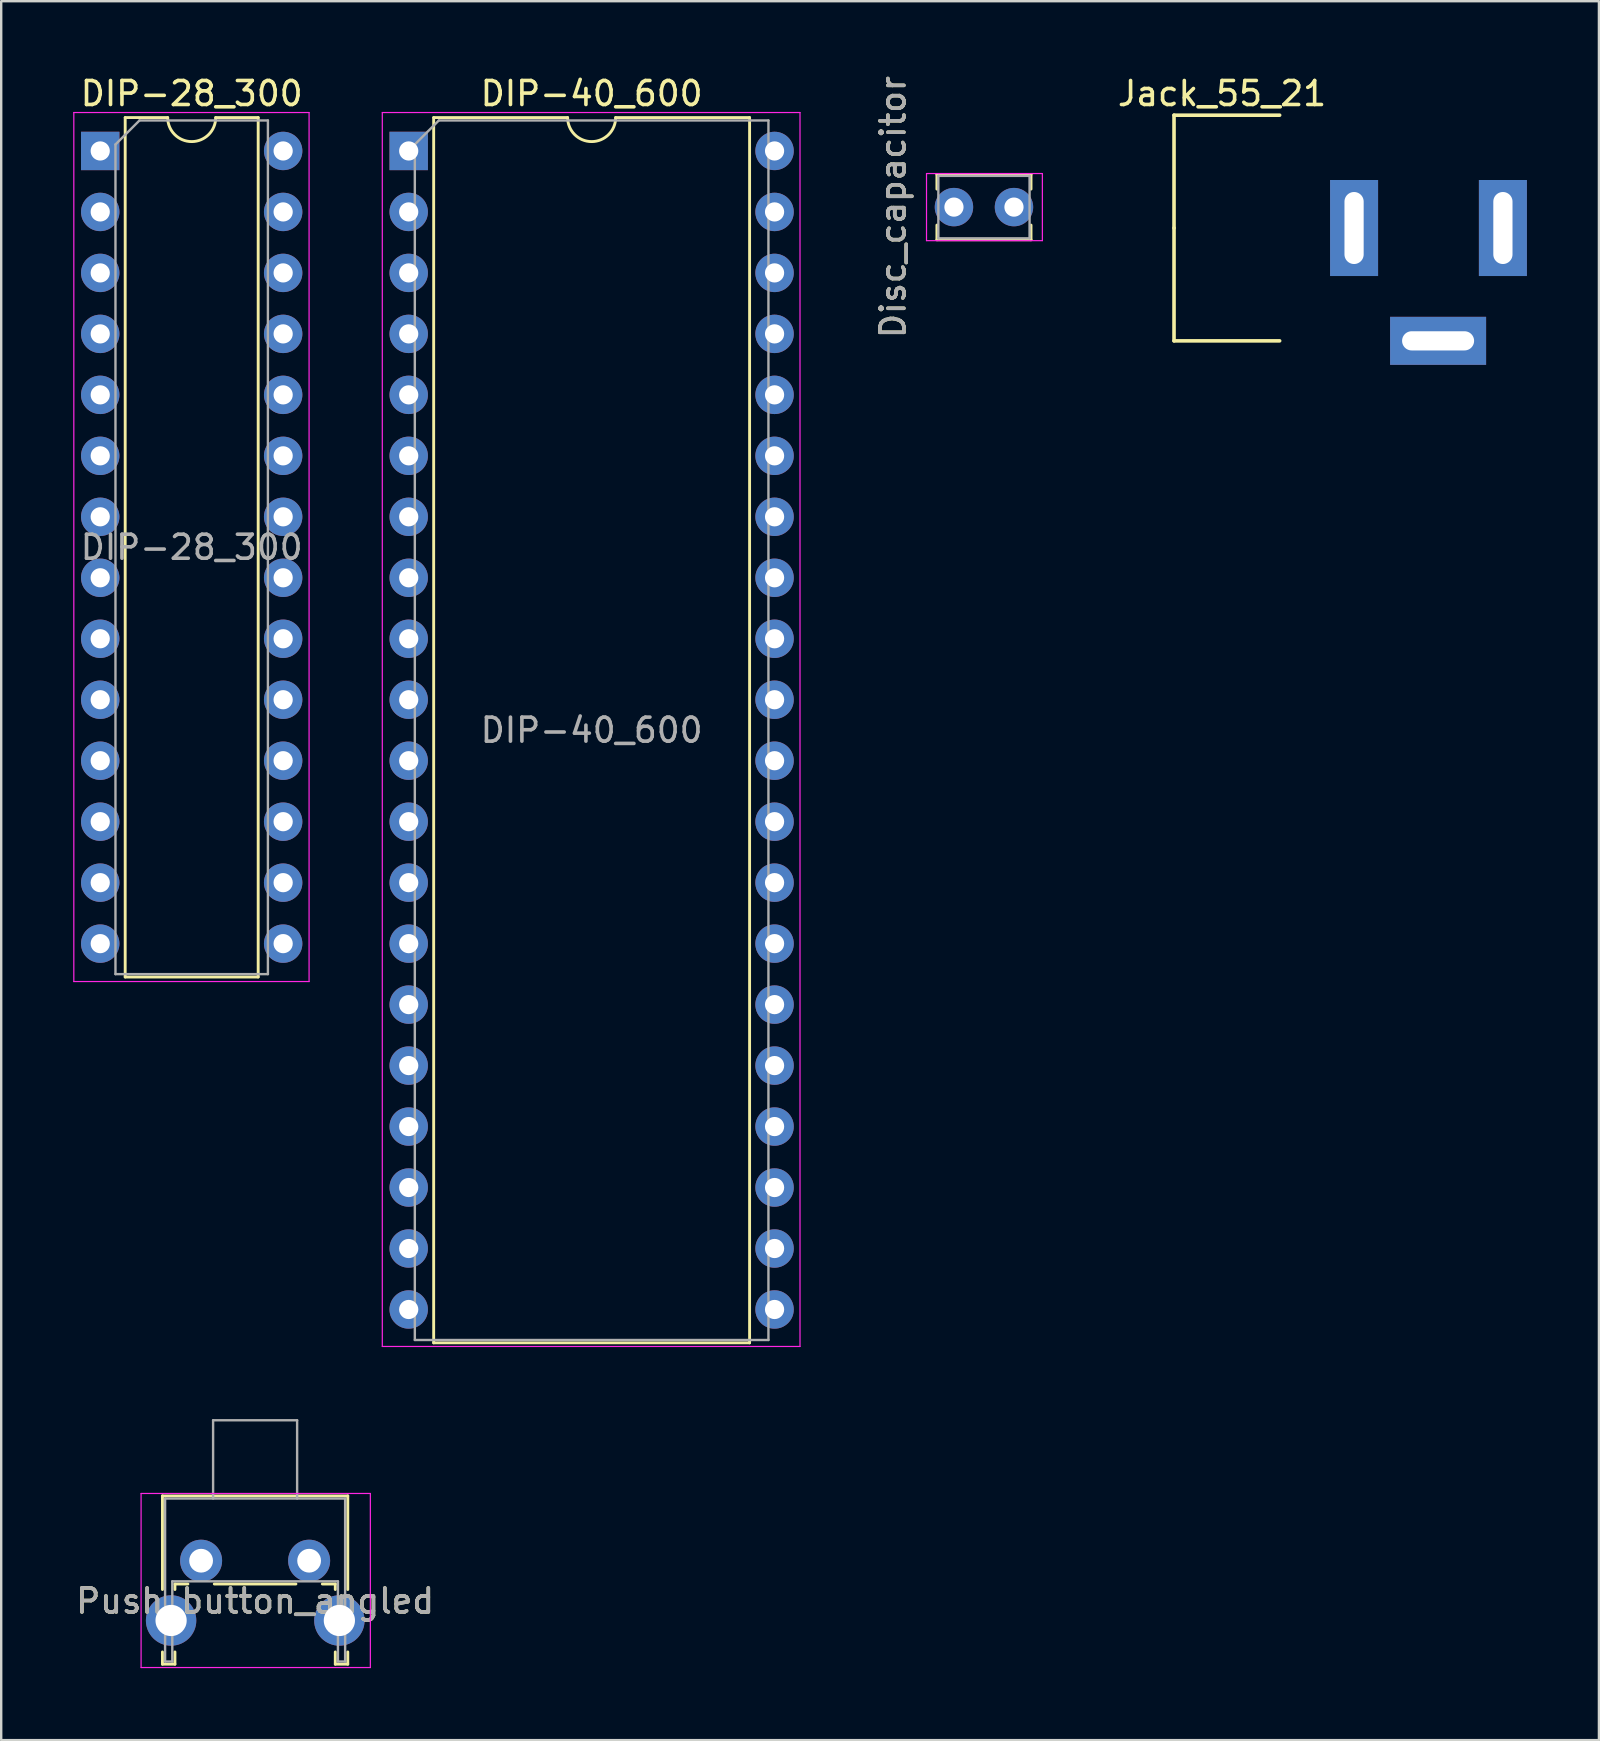
<source format=kicad_pcb>
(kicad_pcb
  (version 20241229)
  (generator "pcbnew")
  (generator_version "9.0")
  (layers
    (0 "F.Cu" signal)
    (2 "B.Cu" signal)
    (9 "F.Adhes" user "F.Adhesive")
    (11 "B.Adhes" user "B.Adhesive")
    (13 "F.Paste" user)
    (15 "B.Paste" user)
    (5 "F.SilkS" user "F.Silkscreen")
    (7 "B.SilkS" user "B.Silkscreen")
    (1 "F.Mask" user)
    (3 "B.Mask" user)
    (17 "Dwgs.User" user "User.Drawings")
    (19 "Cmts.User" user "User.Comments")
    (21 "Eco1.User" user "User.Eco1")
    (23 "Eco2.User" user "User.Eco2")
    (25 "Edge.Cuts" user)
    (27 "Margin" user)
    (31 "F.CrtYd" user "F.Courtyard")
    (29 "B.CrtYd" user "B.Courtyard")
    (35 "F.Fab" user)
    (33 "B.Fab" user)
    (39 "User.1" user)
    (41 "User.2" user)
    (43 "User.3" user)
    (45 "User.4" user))
  (footprint "DIP-40_600"
    (layer "F.Cu")
    (at 13.975 3.238)
    (property "Reference" "DIP-40_600" (at 7.62 -2.39 0) (layer "F.SilkS") (effects (font (size 1 1) (thickness 0.15))))
    (attr through_hole)
    (fp_line (start 1.04 -1.39) (end 1.04 49.65) (stroke (width 0.12) (type solid)) (layer "F.SilkS"))
    (fp_line (start 1.04 49.65) (end 14.2 49.65) (stroke (width 0.12) (type solid)) (layer "F.SilkS"))
    (fp_line (start 6.62 -1.39) (end 1.04 -1.39) (stroke (width 0.12) (type solid)) (layer "F.SilkS"))
    (fp_line (start 14.2 -1.39) (end 8.62 -1.39) (stroke (width 0.12) (type solid)) (layer "F.SilkS"))
    (fp_line (start 14.2 49.65) (end 14.2 -1.39) (stroke (width 0.12) (type solid)) (layer "F.SilkS"))
    (fp_arc (start 8.62 -1.39) (mid 7.62 -0.39) (end 6.62 -1.39) (stroke (width 0.12) (type solid)) (layer "F.SilkS"))
    (fp_line (start -1.1 -1.6) (end -1.1 49.8) (stroke (width 0.05) (type solid)) (layer "F.CrtYd"))
    (fp_line (start -1.1 49.8) (end 16.3 49.8) (stroke (width 0.05) (type solid)) (layer "F.CrtYd"))
    (fp_line (start 16.3 -1.6) (end -1.1 -1.6) (stroke (width 0.05) (type solid)) (layer "F.CrtYd"))
    (fp_line (start 16.3 49.8) (end 16.3 -1.6) (stroke (width 0.05) (type solid)) (layer "F.CrtYd"))
    (fp_line (start 0.255 -0.27) (end 1.255 -1.27) (stroke (width 0.1) (type solid)) (layer "F.Fab"))
    (fp_line (start 0.255 49.53) (end 0.255 -0.27) (stroke (width 0.1) (type solid)) (layer "F.Fab"))
    (fp_line (start 1.255 -1.27) (end 14.985 -1.27) (stroke (width 0.1) (type solid)) (layer "F.Fab"))
    (fp_line (start 14.985 -1.27) (end 14.985 49.53) (stroke (width 0.1) (type solid)) (layer "F.Fab"))
    (fp_line (start 14.985 49.53) (end 0.255 49.53) (stroke (width 0.1) (type solid)) (layer "F.Fab"))
    (fp_text user "${REFERENCE}" (at 7.62 24.13 0) (layer "F.Fab") (effects (font (size 1 1) (thickness 0.15))))
    (pad "1" thru_hole rect (at 0 0) (size 1.6 1.6) (drill 0.8) (layers "*.Cu" "*.Mask"))
    (pad "2" thru_hole oval (at 0 2.54) (size 1.6 1.6) (drill 0.8) (layers "*.Cu" "*.Mask"))
    (pad "3" thru_hole oval (at 0 5.08) (size 1.6 1.6) (drill 0.8) (layers "*.Cu" "*.Mask"))
    (pad "4" thru_hole oval (at 0 7.62) (size 1.6 1.6) (drill 0.8) (layers "*.Cu" "*.Mask"))
    (pad "5" thru_hole oval (at 0 10.16) (size 1.6 1.6) (drill 0.8) (layers "*.Cu" "*.Mask"))
    (pad "6" thru_hole oval (at 0 12.7) (size 1.6 1.6) (drill 0.8) (layers "*.Cu" "*.Mask"))
    (pad "7" thru_hole oval (at 0 15.24) (size 1.6 1.6) (drill 0.8) (layers "*.Cu" "*.Mask"))
    (pad "8" thru_hole oval (at 0 17.78) (size 1.6 1.6) (drill 0.8) (layers "*.Cu" "*.Mask"))
    (pad "9" thru_hole oval (at 0 20.32) (size 1.6 1.6) (drill 0.8) (layers "*.Cu" "*.Mask"))
    (pad "10" thru_hole oval (at 0 22.86) (size 1.6 1.6) (drill 0.8) (layers "*.Cu" "*.Mask"))
    (pad "11" thru_hole oval (at 0 25.4) (size 1.6 1.6) (drill 0.8) (layers "*.Cu" "*.Mask"))
    (pad "12" thru_hole oval (at 0 27.94) (size 1.6 1.6) (drill 0.8) (layers "*.Cu" "*.Mask"))
    (pad "13" thru_hole oval (at 0 30.48) (size 1.6 1.6) (drill 0.8) (layers "*.Cu" "*.Mask"))
    (pad "14" thru_hole oval (at 0 33.02) (size 1.6 1.6) (drill 0.8) (layers "*.Cu" "*.Mask"))
    (pad "15" thru_hole oval (at 0 35.56) (size 1.6 1.6) (drill 0.8) (layers "*.Cu" "*.Mask"))
    (pad "16" thru_hole oval (at 0 38.1) (size 1.6 1.6) (drill 0.8) (layers "*.Cu" "*.Mask"))
    (pad "17" thru_hole oval (at 0 40.64) (size 1.6 1.6) (drill 0.8) (layers "*.Cu" "*.Mask"))
    (pad "18" thru_hole oval (at 0 43.18) (size 1.6 1.6) (drill 0.8) (layers "*.Cu" "*.Mask"))
    (pad "19" thru_hole oval (at 0 45.72) (size 1.6 1.6) (drill 0.8) (layers "*.Cu" "*.Mask"))
    (pad "20" thru_hole oval (at 0 48.26) (size 1.6 1.6) (drill 0.8) (layers "*.Cu" "*.Mask"))
    (pad "21" thru_hole oval (at 15.24 48.26) (size 1.6 1.6) (drill 0.8) (layers "*.Cu" "*.Mask"))
    (pad "22" thru_hole oval (at 15.24 45.72) (size 1.6 1.6) (drill 0.8) (layers "*.Cu" "*.Mask"))
    (pad "23" thru_hole oval (at 15.24 43.18) (size 1.6 1.6) (drill 0.8) (layers "*.Cu" "*.Mask"))
    (pad "24" thru_hole oval (at 15.24 40.64) (size 1.6 1.6) (drill 0.8) (layers "*.Cu" "*.Mask"))
    (pad "25" thru_hole oval (at 15.24 38.1) (size 1.6 1.6) (drill 0.8) (layers "*.Cu" "*.Mask"))
    (pad "26" thru_hole oval (at 15.24 35.56) (size 1.6 1.6) (drill 0.8) (layers "*.Cu" "*.Mask"))
    (pad "27" thru_hole oval (at 15.24 33.02) (size 1.6 1.6) (drill 0.8) (layers "*.Cu" "*.Mask"))
    (pad "28" thru_hole oval (at 15.24 30.48) (size 1.6 1.6) (drill 0.8) (layers "*.Cu" "*.Mask"))
    (pad "29" thru_hole oval (at 15.24 27.94) (size 1.6 1.6) (drill 0.8) (layers "*.Cu" "*.Mask"))
    (pad "30" thru_hole oval (at 15.24 25.4) (size 1.6 1.6) (drill 0.8) (layers "*.Cu" "*.Mask"))
    (pad "31" thru_hole oval (at 15.24 22.86) (size 1.6 1.6) (drill 0.8) (layers "*.Cu" "*.Mask"))
    (pad "32" thru_hole oval (at 15.24 20.32) (size 1.6 1.6) (drill 0.8) (layers "*.Cu" "*.Mask"))
    (pad "33" thru_hole oval (at 15.24 17.78) (size 1.6 1.6) (drill 0.8) (layers "*.Cu" "*.Mask"))
    (pad "34" thru_hole oval (at 15.24 15.24) (size 1.6 1.6) (drill 0.8) (layers "*.Cu" "*.Mask"))
    (pad "35" thru_hole oval (at 15.24 12.7) (size 1.6 1.6) (drill 0.8) (layers "*.Cu" "*.Mask"))
    (pad "36" thru_hole oval (at 15.24 10.16) (size 1.6 1.6) (drill 0.8) (layers "*.Cu" "*.Mask"))
    (pad "37" thru_hole oval (at 15.24 7.62) (size 1.6 1.6) (drill 0.8) (layers "*.Cu" "*.Mask"))
    (pad "38" thru_hole oval (at 15.24 5.08) (size 1.6 1.6) (drill 0.8) (layers "*.Cu" "*.Mask"))
    (pad "39" thru_hole oval (at 15.24 2.54) (size 1.6 1.6) (drill 0.8) (layers "*.Cu" "*.Mask"))
    (pad "40" thru_hole oval (at 15.24 0) (size 1.6 1.6) (drill 0.8) (layers "*.Cu" "*.Mask")))
  (footprint "Disc_capacitor"
    (layer "F.Cu")
    (at 36.688 5.577)
    (property "Reference" "Disc_capacitor" (at -2.54 0 90) (layer "F.SilkS") (effects (font (size 1 1) (thickness 0.15))))
    (attr through_hole)
    (fp_line (start -0.71 -1.36) (end -0.71 -0.75) (stroke (width 0.12) (type solid)) (layer "F.SilkS"))
    (fp_line (start -0.71 -1.36) (end 3.21 -1.36) (stroke (width 0.12) (type solid)) (layer "F.SilkS"))
    (fp_line (start -0.71 0.75) (end -0.71 1.36) (stroke (width 0.12) (type solid)) (layer "F.SilkS"))
    (fp_line (start -0.71 1.36) (end 3.21 1.36) (stroke (width 0.12) (type solid)) (layer "F.SilkS"))
    (fp_line (start 3.21 -1.36) (end 3.21 -0.75) (stroke (width 0.12) (type solid)) (layer "F.SilkS"))
    (fp_line (start 3.21 0.75) (end 3.21 1.36) (stroke (width 0.12) (type solid)) (layer "F.SilkS"))
    (fp_line (start -1.143 -1.397) (end 3.683 -1.397) (stroke (width 0.05) (type solid)) (layer "F.CrtYd"))
    (fp_line (start -1.143 1.397) (end -1.143 -1.397) (stroke (width 0.05) (type solid)) (layer "F.CrtYd"))
    (fp_line (start 3.683 -1.397) (end 3.683 1.397) (stroke (width 0.05) (type solid)) (layer "F.CrtYd"))
    (fp_line (start 3.683 1.397) (end -1.143 1.397) (stroke (width 0.05) (type solid)) (layer "F.CrtYd"))
    (fp_line (start -0.65 -1.3) (end -0.65 1.3) (stroke (width 0.1) (type solid)) (layer "F.Fab"))
    (fp_line (start -0.65 1.3) (end 3.15 1.3) (stroke (width 0.1) (type solid)) (layer "F.Fab"))
    (fp_line (start 3.15 -1.3) (end -0.65 -1.3) (stroke (width 0.1) (type solid)) (layer "F.Fab"))
    (fp_line (start 3.15 1.3) (end 3.15 -1.3) (stroke (width 0.1) (type solid)) (layer "F.Fab"))
    (fp_text user "${REFERENCE}" (at -2.54 0 90) (layer "F.Fab") (effects (font (size 1 1) (thickness 0.15))))
    (pad "1" thru_hole circle (at 0 0) (size 1.6 1.6) (drill 0.8) (layers "*.Cu" "*.Mask"))
    (pad "2" thru_hole circle (at 2.5 0) (size 1.6 1.6) (drill 0.8) (layers "*.Cu" "*.Mask")))
  (footprint "DIP-28_300"
    (layer "F.Cu")
    (at 1.125 3.238)
    (property "Reference" "DIP-28_300" (at 3.81 -2.39 0) (layer "F.SilkS") (effects (font (size 1 1) (thickness 0.15))))
    (attr through_hole)
    (fp_line (start 1.04 -1.39) (end 1.04 34.41) (stroke (width 0.12) (type solid)) (layer "F.SilkS"))
    (fp_line (start 1.04 34.41) (end 6.58 34.41) (stroke (width 0.12) (type solid)) (layer "F.SilkS"))
    (fp_line (start 2.81 -1.39) (end 1.04 -1.39) (stroke (width 0.12) (type solid)) (layer "F.SilkS"))
    (fp_line (start 6.58 -1.39) (end 4.81 -1.39) (stroke (width 0.12) (type solid)) (layer "F.SilkS"))
    (fp_line (start 6.58 34.41) (end 6.58 -1.39) (stroke (width 0.12) (type solid)) (layer "F.SilkS"))
    (fp_arc (start 4.81 -1.39) (mid 3.81 -0.39) (end 2.81 -1.39) (stroke (width 0.12) (type solid)) (layer "F.SilkS"))
    (fp_line (start -1.1 -1.6) (end -1.1 34.6) (stroke (width 0.05) (type solid)) (layer "F.CrtYd"))
    (fp_line (start -1.1 34.6) (end 8.7 34.6) (stroke (width 0.05) (type solid)) (layer "F.CrtYd"))
    (fp_line (start 8.7 -1.6) (end -1.1 -1.6) (stroke (width 0.05) (type solid)) (layer "F.CrtYd"))
    (fp_line (start 8.7 34.6) (end 8.7 -1.6) (stroke (width 0.05) (type solid)) (layer "F.CrtYd"))
    (fp_line (start 0.635 -0.27) (end 1.635 -1.27) (stroke (width 0.1) (type solid)) (layer "F.Fab"))
    (fp_line (start 0.635 34.29) (end 0.635 -0.27) (stroke (width 0.1) (type solid)) (layer "F.Fab"))
    (fp_line (start 1.635 -1.27) (end 6.985 -1.27) (stroke (width 0.1) (type solid)) (layer "F.Fab"))
    (fp_line (start 6.985 -1.27) (end 6.985 34.29) (stroke (width 0.1) (type solid)) (layer "F.Fab"))
    (fp_line (start 6.985 34.29) (end 0.635 34.29) (stroke (width 0.1) (type solid)) (layer "F.Fab"))
    (fp_text user "${REFERENCE}" (at 3.81 16.51 0) (layer "F.Fab") (effects (font (size 1 1) (thickness 0.15))))
    (pad "1" thru_hole rect (at 0 0) (size 1.6 1.6) (drill 0.8) (layers "*.Cu" "*.Mask"))
    (pad "2" thru_hole oval (at 0 2.54) (size 1.6 1.6) (drill 0.8) (layers "*.Cu" "*.Mask"))
    (pad "3" thru_hole oval (at 0 5.08) (size 1.6 1.6) (drill 0.8) (layers "*.Cu" "*.Mask"))
    (pad "4" thru_hole oval (at 0 7.62) (size 1.6 1.6) (drill 0.8) (layers "*.Cu" "*.Mask"))
    (pad "5" thru_hole oval (at 0 10.16) (size 1.6 1.6) (drill 0.8) (layers "*.Cu" "*.Mask"))
    (pad "6" thru_hole oval (at 0 12.7) (size 1.6 1.6) (drill 0.8) (layers "*.Cu" "*.Mask"))
    (pad "7" thru_hole oval (at 0 15.24) (size 1.6 1.6) (drill 0.8) (layers "*.Cu" "*.Mask"))
    (pad "8" thru_hole oval (at 0 17.78) (size 1.6 1.6) (drill 0.8) (layers "*.Cu" "*.Mask"))
    (pad "9" thru_hole oval (at 0 20.32) (size 1.6 1.6) (drill 0.8) (layers "*.Cu" "*.Mask"))
    (pad "10" thru_hole oval (at 0 22.86) (size 1.6 1.6) (drill 0.8) (layers "*.Cu" "*.Mask"))
    (pad "11" thru_hole oval (at 0 25.4) (size 1.6 1.6) (drill 0.8) (layers "*.Cu" "*.Mask"))
    (pad "12" thru_hole oval (at 0 27.94) (size 1.6 1.6) (drill 0.8) (layers "*.Cu" "*.Mask"))
    (pad "13" thru_hole oval (at 0 30.48) (size 1.6 1.6) (drill 0.8) (layers "*.Cu" "*.Mask"))
    (pad "14" thru_hole oval (at 0 33.02) (size 1.6 1.6) (drill 0.8) (layers "*.Cu" "*.Mask"))
    (pad "15" thru_hole oval (at 7.62 33.02) (size 1.6 1.6) (drill 0.8) (layers "*.Cu" "*.Mask"))
    (pad "16" thru_hole oval (at 7.62 30.48) (size 1.6 1.6) (drill 0.8) (layers "*.Cu" "*.Mask"))
    (pad "17" thru_hole oval (at 7.62 27.94) (size 1.6 1.6) (drill 0.8) (layers "*.Cu" "*.Mask"))
    (pad "18" thru_hole oval (at 7.62 25.4) (size 1.6 1.6) (drill 0.8) (layers "*.Cu" "*.Mask"))
    (pad "19" thru_hole oval (at 7.62 22.86) (size 1.6 1.6) (drill 0.8) (layers "*.Cu" "*.Mask"))
    (pad "20" thru_hole oval (at 7.62 20.32) (size 1.6 1.6) (drill 0.8) (layers "*.Cu" "*.Mask"))
    (pad "21" thru_hole oval (at 7.62 17.78) (size 1.6 1.6) (drill 0.8) (layers "*.Cu" "*.Mask"))
    (pad "22" thru_hole oval (at 7.62 15.24) (size 1.6 1.6) (drill 0.8) (layers "*.Cu" "*.Mask"))
    (pad "23" thru_hole oval (at 7.62 12.7) (size 1.6 1.6) (drill 0.8) (layers "*.Cu" "*.Mask"))
    (pad "24" thru_hole oval (at 7.62 10.16) (size 1.6 1.6) (drill 0.8) (layers "*.Cu" "*.Mask"))
    (pad "25" thru_hole oval (at 7.62 7.62) (size 1.6 1.6) (drill 0.8) (layers "*.Cu" "*.Mask"))
    (pad "26" thru_hole oval (at 7.62 5.08) (size 1.6 1.6) (drill 0.8) (layers "*.Cu" "*.Mask"))
    (pad "27" thru_hole oval (at 7.62 2.54) (size 1.6 1.6) (drill 0.8) (layers "*.Cu" "*.Mask"))
    (pad "28" thru_hole oval (at 7.62 0) (size 1.6 1.6) (drill 0.8) (layers "*.Cu" "*.Mask")))
  (footprint "Jack_55_21"
    (layer "F.Cu")
    (at 56.855 11.148)
    (property "Reference" "Jack_55_21" (at -9 -10.3 0) (layer "F.SilkS") (effects (font (size 1 1) (thickness 0.15))))
    (attr through_hole)
    (fp_line (start -11 -9.4) (end -6.6 -9.4) (stroke (width 0.15) (type solid)) (layer "F.SilkS"))
    (fp_line (start -11 -4.7) (end -11 -9.4) (stroke (width 0.15) (type solid)) (layer "F.SilkS"))
    (fp_line (start -11 0) (end -11 -4.7) (stroke (width 0.15) (type solid)) (layer "F.SilkS"))
    (fp_line (start -11 0) (end -6.6 0) (stroke (width 0.15) (type solid)) (layer "F.SilkS"))
    (pad "1" thru_hole rect (at 2.7 -4.7) (size 2 4) (drill oval 0.8 3) (layers "*.Cu" "*.Mask"))
    (pad "2" thru_hole rect (at 0 0) (size 4 2) (drill oval 3 0.8) (layers "*.Cu" "*.Mask"))
    (pad "3" thru_hole rect (at -3.5 -4.7) (size 2 4) (drill oval 0.8 3) (layers "*.Cu" "*.Mask")))
  (footprint "Push_button_angled"
    (layer "F.Cu")
    (at 5.327 61.963)
    (property "Reference" "Push_button_angled" (at 2.25 1.68 0) (layer "F.SilkS") (effects (font (size 1 1) (thickness 0.15))))
    (attr through_hole)
    (fp_line (start -1.61 -2.7) (end -1.61 1.2) (stroke (width 0.12) (type solid)) (layer "F.SilkS"))
    (fp_line (start -1.61 -2.7) (end 6.11 -2.7) (stroke (width 0.12) (type solid)) (layer "F.SilkS"))
    (fp_line (start -1.61 3.8) (end -1.61 4.31) (stroke (width 0.12) (type solid)) (layer "F.SilkS"))
    (fp_line (start -1.61 4.31) (end -1.09 4.31) (stroke (width 0.12) (type solid)) (layer "F.SilkS"))
    (fp_line (start -1.09 0.97) (end -1.09 1.2) (stroke (width 0.12) (type solid)) (layer "F.SilkS"))
    (fp_line (start -1.09 0.97) (end -0.55 0.97) (stroke (width 0.12) (type solid)) (layer "F.SilkS"))
    (fp_line (start -1.09 3.8) (end -1.09 4.31) (stroke (width 0.12) (type solid)) (layer "F.SilkS"))
    (fp_line (start 0.55 0.97) (end 3.95 0.97) (stroke (width 0.12) (type solid)) (layer "F.SilkS"))
    (fp_line (start 5.05 0.97) (end 5.59 0.97) (stroke (width 0.12) (type solid)) (layer "F.SilkS"))
    (fp_line (start 5.59 0.97) (end 5.59 1.2) (stroke (width 0.12) (type solid)) (layer "F.SilkS"))
    (fp_line (start 5.59 3.8) (end 5.59 4.31) (stroke (width 0.12) (type solid)) (layer "F.SilkS"))
    (fp_line (start 5.59 4.31) (end 6.11 4.31) (stroke (width 0.12) (type solid)) (layer "F.SilkS"))
    (fp_line (start 6.11 -2.7) (end 6.11 1.2) (stroke (width 0.12) (type solid)) (layer "F.SilkS"))
    (fp_line (start 6.11 3.8) (end 6.11 4.31) (stroke (width 0.12) (type solid)) (layer "F.SilkS"))
    (fp_line (start -2.5 -2.8) (end 7.05 -2.8) (stroke (width 0.05) (type solid)) (layer "F.CrtYd"))
    (fp_line (start -2.5 4.45) (end -2.5 -2.8) (stroke (width 0.05) (type solid)) (layer "F.CrtYd"))
    (fp_line (start 7.05 -2.8) (end 7.05 4.45) (stroke (width 0.05) (type solid)) (layer "F.CrtYd"))
    (fp_line (start 7.05 4.45) (end -2.5 4.45) (stroke (width 0.05) (type solid)) (layer "F.CrtYd"))
    (fp_line (start -1.5 -2.59) (end 6 -2.59) (stroke (width 0.1) (type solid)) (layer "F.Fab"))
    (fp_line (start -1.5 4.2) (end -1.5 -2.59) (stroke (width 0.1) (type solid)) (layer "F.Fab"))
    (fp_line (start -1.5 4.2) (end -1.2 4.2) (stroke (width 0.1) (type solid)) (layer "F.Fab"))
    (fp_line (start -1.2 0.86) (end 5.7 0.86) (stroke (width 0.1) (type solid)) (layer "F.Fab"))
    (fp_line (start -1.2 4.2) (end -1.2 0.86) (stroke (width 0.1) (type solid)) (layer "F.Fab"))
    (fp_line (start 0.5 -5.85) (end 0.5 -2.59) (stroke (width 0.1) (type solid)) (layer "F.Fab"))
    (fp_line (start 0.5 -5.85) (end 4 -5.85) (stroke (width 0.1) (type solid)) (layer "F.Fab"))
    (fp_line (start 4 -5.85) (end 4 -2.59) (stroke (width 0.1) (type solid)) (layer "F.Fab"))
    (fp_line (start 5.7 4.2) (end 5.7 0.86) (stroke (width 0.1) (type solid)) (layer "F.Fab"))
    (fp_line (start 5.7 4.2) (end 6 4.2) (stroke (width 0.1) (type solid)) (layer "F.Fab"))
    (fp_line (start 6 4.2) (end 6 -2.59) (stroke (width 0.1) (type solid)) (layer "F.Fab"))
    (fp_text user "${REFERENCE}" (at 2.25 1.68 0) (layer "F.Fab") (effects (font (size 1 1) (thickness 0.15))))
    (pad "" thru_hole circle (at -1.25 2.49) (size 2.1 2.1) (drill 1.3) (layers "*.Cu" "*.Mask"))
    (pad "" thru_hole circle (at 5.76 2.49) (size 2.1 2.1) (drill 1.3) (layers "*.Cu" "*.Mask"))
    (pad "1" thru_hole circle (at 0 0) (size 1.75 1.75) (drill 0.99) (layers "*.Cu" "*.Mask"))
    (pad "2" thru_hole circle (at 4.5 0) (size 1.75 1.75) (drill 0.99) (layers "*.Cu" "*.Mask")))
  (gr_rect
    (start -3 -3)
    (end 63.555 69.438)
    (stroke (width 0.1) (type default))
    (fill no)
    (layer "Edge.Cuts")))
</source>
